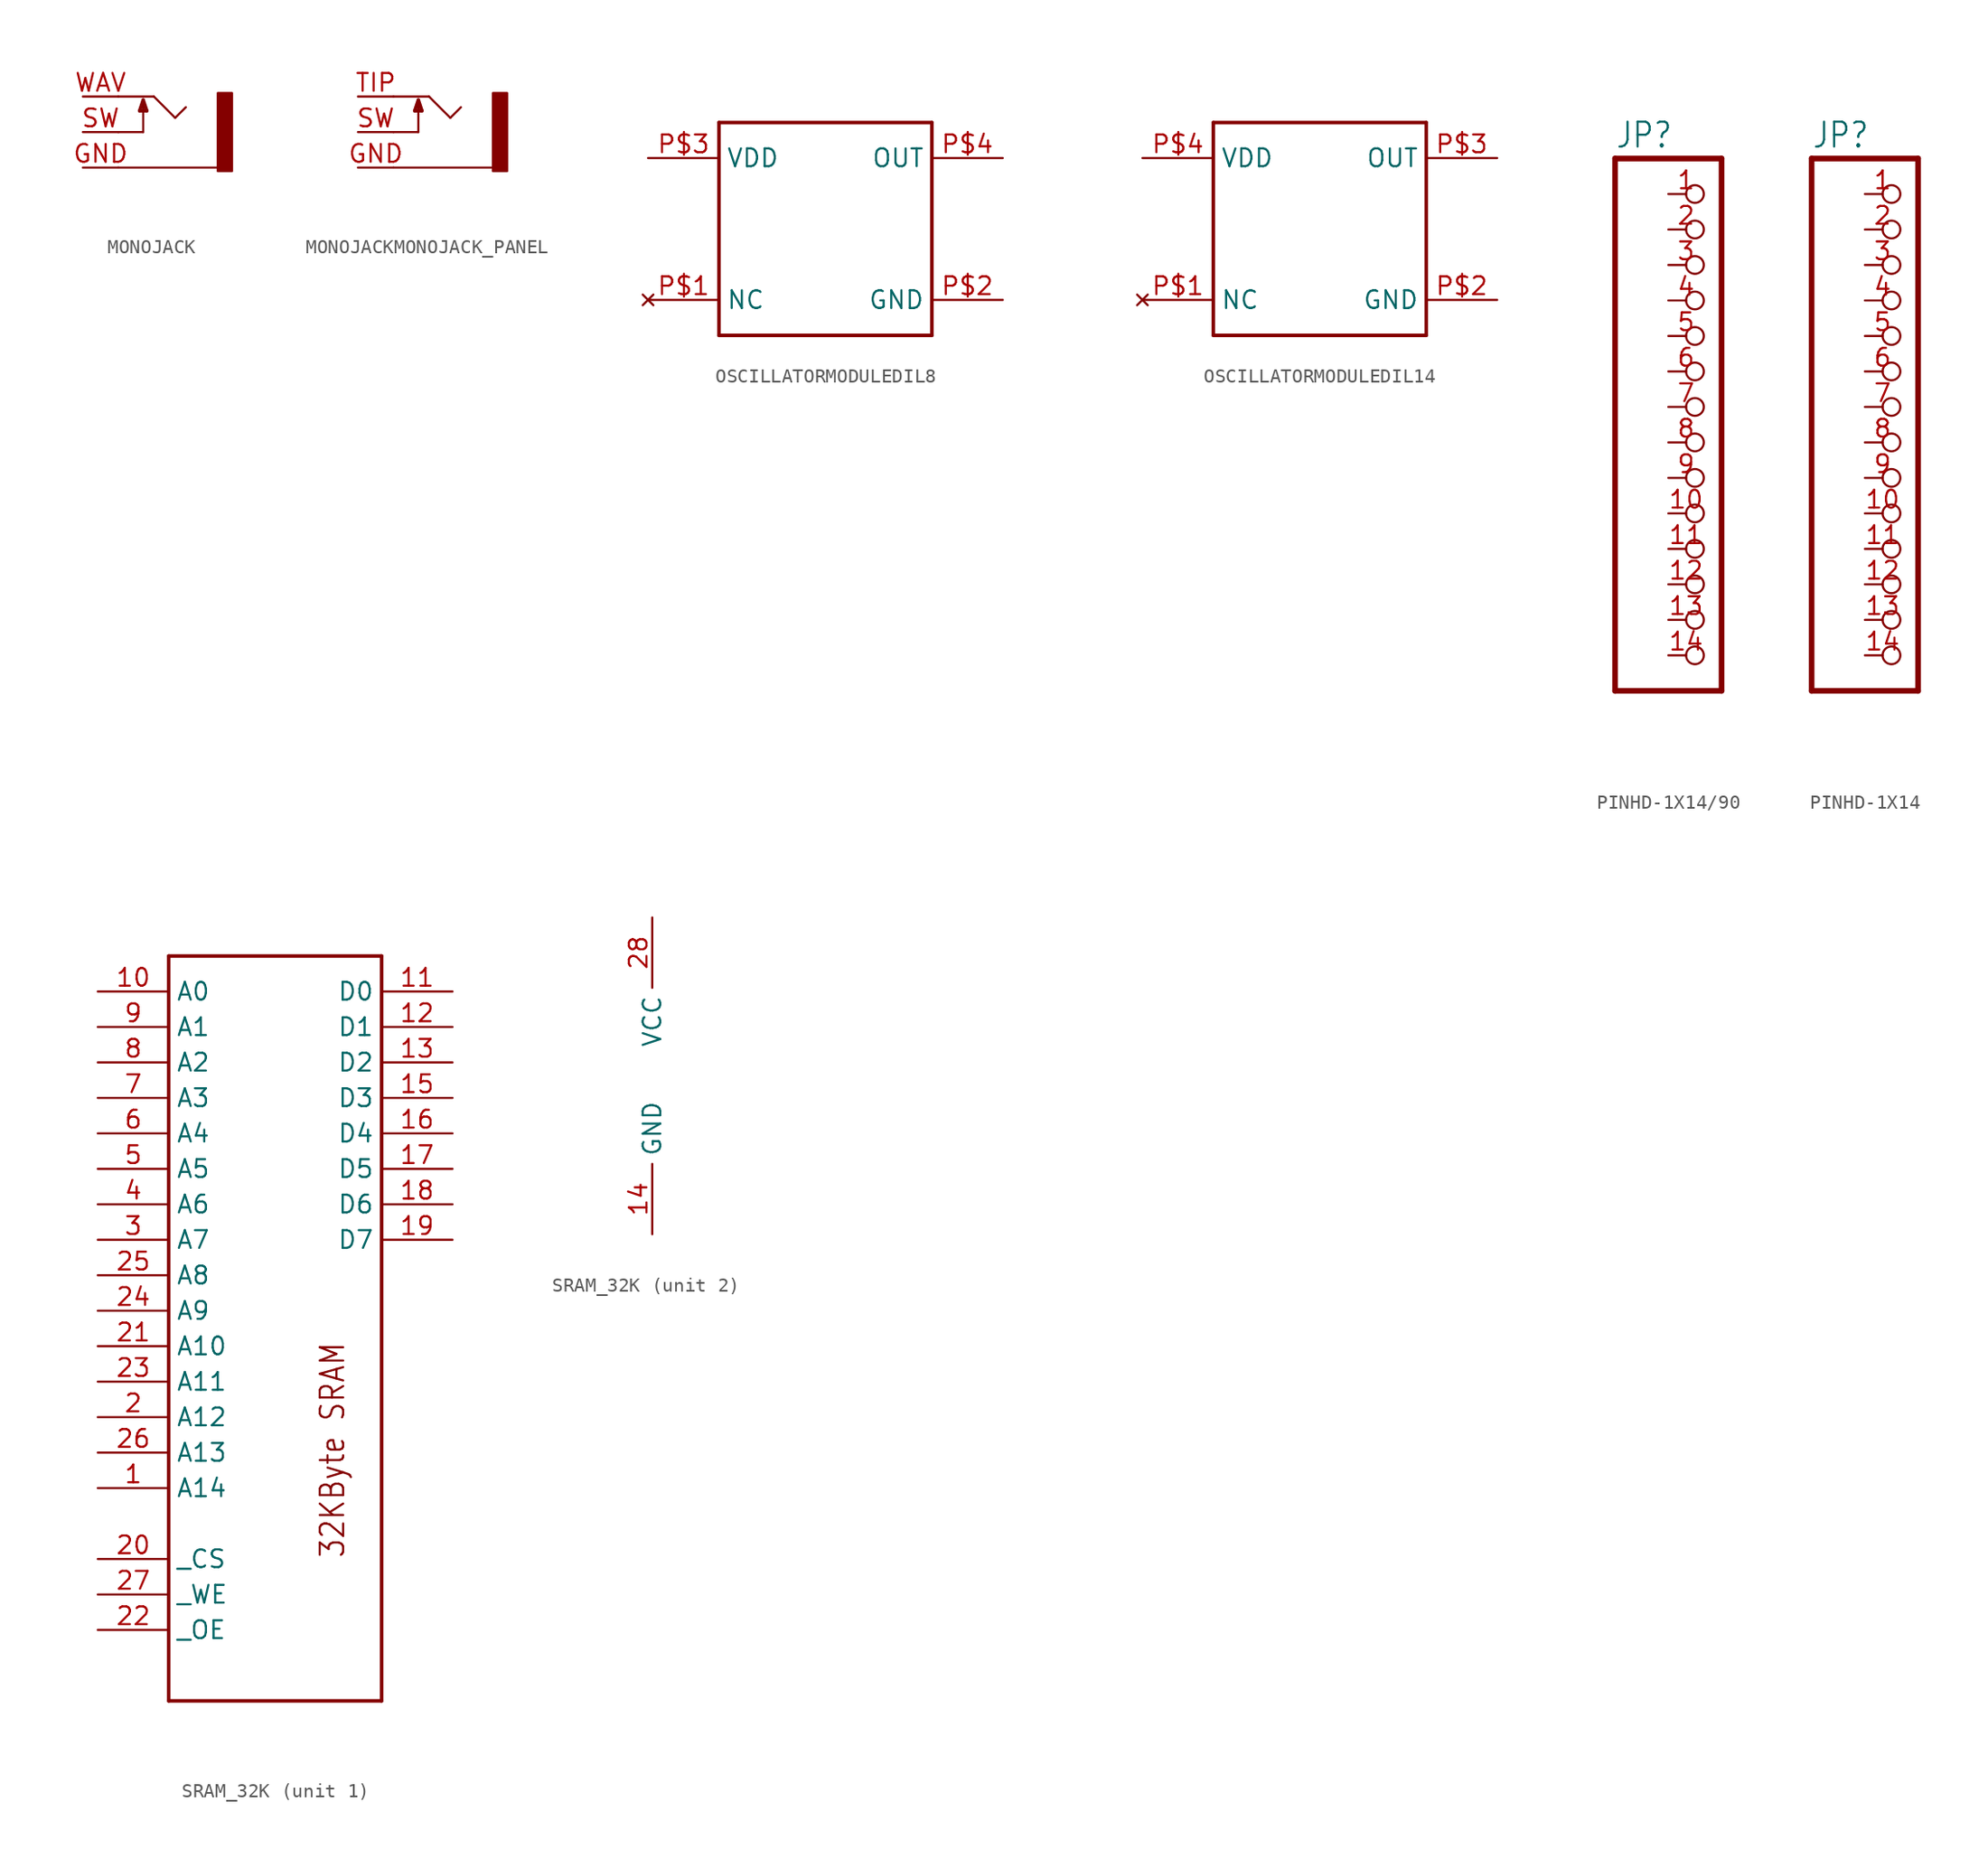
<source format=kicad_sym>
(kicad_symbol_lib
  (version 20220914)
  (generator kicad_symbol_editor)
  (symbol "MONOJACK"
    (property "Reference" ""
      (at -2.54 4.064 0)
      (effects (font (size 1.778 1.511)) (justify left bottom) hide))
    (property "Value" ""
      (at -2.54 -6.096 0)
      (effects (font (size 1.778 1.511)) (justify left bottom)))
    (property "ki_locked" ""
      (at 0 0 0)
      (effects (font (size 1.27 1.27))))
    (symbol "MONOJACK_1_0"
      (polyline (pts (xy -2.54 -2.54) (xy 4.572 -2.54)) (stroke (width 0.152) (type solid)) (fill (type none)))
      (polyline (pts (xy -2.54 0) (xy -0.762 0)) (stroke (width 0.152) (type solid)) (fill (type none)))
      (polyline (pts (xy -2.54 2.54) (xy 0 2.54)) (stroke (width 0.152) (type solid)) (fill (type none)))
      (polyline (pts (xy -1.016 1.524) (xy -0.508 1.524)) (stroke (width 0.254) (type solid)) (fill (type none)))
      (polyline (pts (xy -0.762 0) (xy -0.762 2.286)) (stroke (width 0.152) (type solid)) (fill (type none)))
      (polyline (pts (xy -0.762 2.286) (xy -1.016 1.524)) (stroke (width 0.254) (type solid)) (fill (type none)))
      (polyline (pts (xy -0.508 1.524) (xy -0.762 2.286)) (stroke (width 0.254) (type solid)) (fill (type none)))
      (polyline (pts (xy 0 2.54) (xy 1.524 1.016)) (stroke (width 0.152) (type solid)) (fill (type none)))
      (polyline (pts (xy 1.524 1.016) (xy 2.286 1.778)) (stroke (width 0.152) (type solid)) (fill (type none)))
      (rectangle (start 4.572 2.794) (end 5.588 -2.794) (stroke (width 0) (type default)) (fill (type outline)))
      (pin passive line (at -5.08 -2.54 0) (length 2.54) (name "GND" (effects (font (size 0 0)))) (number "GND" (effects (font (size 1.27 1.27)))))
      (pin bidirectional line (at -5.08 0 0) (length 2.54) (name "SW" (effects (font (size 0 0)))) (number "SW" (effects (font (size 1.27 1.27)))))
      (pin bidirectional line (at -5.08 2.54 0) (length 2.54) (name "WAV" (effects (font (size 0 0)))) (number "WAV" (effects (font (size 1.27 1.27)))))))
  (symbol "MONOJACKMONOJACK_PANEL"
    (property "Reference" ""
      (at -2.54 4.064 0)
      (effects (font (size 1.778 1.511)) (justify left bottom) hide))
    (property "Value" ""
      (at -2.54 -6.096 0)
      (effects (font (size 1.778 1.511)) (justify left bottom)))
    (property "ki_locked" ""
      (at 0 0 0)
      (effects (font (size 1.27 1.27))))
    (symbol "MONOJACKMONOJACK_PANEL_1_0"
      (polyline (pts (xy -2.54 -2.54) (xy 4.572 -2.54)) (stroke (width 0.152) (type solid)) (fill (type none)))
      (polyline (pts (xy -2.54 0) (xy -0.762 0)) (stroke (width 0.152) (type solid)) (fill (type none)))
      (polyline (pts (xy -2.54 2.54) (xy 0 2.54)) (stroke (width 0.152) (type solid)) (fill (type none)))
      (polyline (pts (xy -1.016 1.524) (xy -0.508 1.524)) (stroke (width 0.254) (type solid)) (fill (type none)))
      (polyline (pts (xy -0.762 0) (xy -0.762 2.286)) (stroke (width 0.152) (type solid)) (fill (type none)))
      (polyline (pts (xy -0.762 2.286) (xy -1.016 1.524)) (stroke (width 0.254) (type solid)) (fill (type none)))
      (polyline (pts (xy -0.508 1.524) (xy -0.762 2.286)) (stroke (width 0.254) (type solid)) (fill (type none)))
      (polyline (pts (xy 0 2.54) (xy 1.524 1.016)) (stroke (width 0.152) (type solid)) (fill (type none)))
      (polyline (pts (xy 1.524 1.016) (xy 2.286 1.778)) (stroke (width 0.152) (type solid)) (fill (type none)))
      (rectangle (start 4.572 2.794) (end 5.588 -2.794) (stroke (width 0) (type default)) (fill (type outline)))
      (pin passive line (at -5.08 -2.54 0) (length 2.54) (name "GND" (effects (font (size 0 0)))) (number "GND" (effects (font (size 1.27 1.27)))))
      (pin bidirectional line (at -5.08 0 0) (length 2.54) (name "SW" (effects (font (size 0 0)))) (number "SW" (effects (font (size 1.27 1.27)))))
      (pin bidirectional line (at -5.08 2.54 0) (length 2.54) (name "WAV" (effects (font (size 0 0)))) (number "TIP" (effects (font (size 1.27 1.27)))))))
  (symbol "OSCILLATORMODULEDIL8"
    (property "Reference" ""
      (at -5.08 12.7 0)
      (effects (font (size 1.27 1.079)) (justify left bottom) hide))
    (property "Value" ""
      (at -5.08 10.16 0)
      (effects (font (size 1.27 1.079)) (justify left bottom)))
    (property "ki_locked" ""
      (at 0 0 0)
      (effects (font (size 1.27 1.27))))
    (symbol "OSCILLATORMODULEDIL8_1_0"
      (polyline (pts (xy -7.62 -7.62) (xy 7.62 -7.62)) (stroke (width 0.254) (type solid)) (fill (type none)))
      (polyline (pts (xy -7.62 7.62) (xy -7.62 -7.62)) (stroke (width 0.254) (type solid)) (fill (type none)))
      (polyline (pts (xy 7.62 -7.62) (xy 7.62 7.62)) (stroke (width 0.254) (type solid)) (fill (type none)))
      (polyline (pts (xy 7.62 7.62) (xy -7.62 7.62)) (stroke (width 0.254) (type solid)) (fill (type none)))
      (pin no_connect line (at -12.7 -5.08 0) (length 5.08) (name "NC" (effects (font (size 1.27 1.27)))) (number "P$1" (effects (font (size 1.27 1.27)))))
      (pin power_in line (at 12.7 -5.08 180) (length 5.08) (name "GND" (effects (font (size 1.27 1.27)))) (number "P$2" (effects (font (size 1.27 1.27)))))
      (pin power_in line (at -12.7 5.08 0) (length 5.08) (name "VDD" (effects (font (size 1.27 1.27)))) (number "P$3" (effects (font (size 1.27 1.27)))))
      (pin output line (at 12.7 5.08 180) (length 5.08) (name "OUT" (effects (font (size 1.27 1.27)))) (number "P$4" (effects (font (size 1.27 1.27)))))))
  (symbol "OSCILLATORMODULEDIL14"
    (property "Reference" ""
      (at -5.08 12.7 0)
      (effects (font (size 1.27 1.079)) (justify left bottom) hide))
    (property "Value" ""
      (at -5.08 10.16 0)
      (effects (font (size 1.27 1.079)) (justify left bottom)))
    (property "ki_locked" ""
      (at 0 0 0)
      (effects (font (size 1.27 1.27))))
    (symbol "OSCILLATORMODULEDIL14_1_0"
      (polyline (pts (xy -7.62 -7.62) (xy 7.62 -7.62)) (stroke (width 0.254) (type solid)) (fill (type none)))
      (polyline (pts (xy -7.62 7.62) (xy -7.62 -7.62)) (stroke (width 0.254) (type solid)) (fill (type none)))
      (polyline (pts (xy 7.62 -7.62) (xy 7.62 7.62)) (stroke (width 0.254) (type solid)) (fill (type none)))
      (polyline (pts (xy 7.62 7.62) (xy -7.62 7.62)) (stroke (width 0.254) (type solid)) (fill (type none)))
      (pin no_connect line (at -12.7 -5.08 0) (length 5.08) (name "NC" (effects (font (size 1.27 1.27)))) (number "P$1" (effects (font (size 1.27 1.27)))))
      (pin power_in line (at 12.7 -5.08 180) (length 5.08) (name "GND" (effects (font (size 1.27 1.27)))) (number "P$2" (effects (font (size 1.27 1.27)))))
      (pin output line (at 12.7 5.08 180) (length 5.08) (name "OUT" (effects (font (size 1.27 1.27)))) (number "P$3" (effects (font (size 1.27 1.27)))))
      (pin power_in line (at -12.7 5.08 0) (length 5.08) (name "VDD" (effects (font (size 1.27 1.27)))) (number "P$4" (effects (font (size 1.27 1.27)))))))
  (symbol "PINHD-1X14/90"
    (property "Reference" "JP"
      (at -6.35 18.415 0)
      (effects (font (size 1.778 1.511)) (justify left bottom)))
    (property "Value" ""
      (at -6.35 -22.86 0)
      (effects (font (size 1.778 1.511)) (justify left bottom)))
    (property "ki_locked" ""
      (at 0 0 0)
      (effects (font (size 1.27 1.27))))
    (symbol "PINHD-1X14/90_1_0"
      (polyline (pts (xy -6.35 -20.32) (xy 1.27 -20.32)) (stroke (width 0.406) (type solid)) (fill (type none)))
      (polyline (pts (xy -6.35 17.78) (xy -6.35 -20.32)) (stroke (width 0.406) (type solid)) (fill (type none)))
      (polyline (pts (xy 1.27 -20.32) (xy 1.27 17.78)) (stroke (width 0.406) (type solid)) (fill (type none)))
      (polyline (pts (xy 1.27 17.78) (xy -6.35 17.78)) (stroke (width 0.406) (type solid)) (fill (type none)))
      (pin passive inverted (at -2.54 15.24 0) (length 2.54) (name "1" (effects (font (size 0 0)))) (number "1" (effects (font (size 1.27 1.27)))))
      (pin passive inverted (at -2.54 -7.62 0) (length 2.54) (name "10" (effects (font (size 0 0)))) (number "10" (effects (font (size 1.27 1.27)))))
      (pin passive inverted (at -2.54 -10.16 0) (length 2.54) (name "11" (effects (font (size 0 0)))) (number "11" (effects (font (size 1.27 1.27)))))
      (pin passive inverted (at -2.54 -12.7 0) (length 2.54) (name "12" (effects (font (size 0 0)))) (number "12" (effects (font (size 1.27 1.27)))))
      (pin passive inverted (at -2.54 -15.24 0) (length 2.54) (name "13" (effects (font (size 0 0)))) (number "13" (effects (font (size 1.27 1.27)))))
      (pin passive inverted (at -2.54 -17.78 0) (length 2.54) (name "14" (effects (font (size 0 0)))) (number "14" (effects (font (size 1.27 1.27)))))
      (pin passive inverted (at -2.54 12.7 0) (length 2.54) (name "2" (effects (font (size 0 0)))) (number "2" (effects (font (size 1.27 1.27)))))
      (pin passive inverted (at -2.54 10.16 0) (length 2.54) (name "3" (effects (font (size 0 0)))) (number "3" (effects (font (size 1.27 1.27)))))
      (pin passive inverted (at -2.54 7.62 0) (length 2.54) (name "4" (effects (font (size 0 0)))) (number "4" (effects (font (size 1.27 1.27)))))
      (pin passive inverted (at -2.54 5.08 0) (length 2.54) (name "5" (effects (font (size 0 0)))) (number "5" (effects (font (size 1.27 1.27)))))
      (pin passive inverted (at -2.54 2.54 0) (length 2.54) (name "6" (effects (font (size 0 0)))) (number "6" (effects (font (size 1.27 1.27)))))
      (pin passive inverted (at -2.54 0 0) (length 2.54) (name "7" (effects (font (size 0 0)))) (number "7" (effects (font (size 1.27 1.27)))))
      (pin passive inverted (at -2.54 -2.54 0) (length 2.54) (name "8" (effects (font (size 0 0)))) (number "8" (effects (font (size 1.27 1.27)))))
      (pin passive inverted (at -2.54 -5.08 0) (length 2.54) (name "9" (effects (font (size 0 0)))) (number "9" (effects (font (size 1.27 1.27)))))))
  (symbol "PINHD-1X14"
    (property "Reference" "JP"
      (at -6.35 18.415 0)
      (effects (font (size 1.778 1.511)) (justify left bottom)))
    (property "Value" ""
      (at -6.35 -22.86 0)
      (effects (font (size 1.778 1.511)) (justify left bottom)))
    (property "ki_locked" ""
      (at 0 0 0)
      (effects (font (size 1.27 1.27))))
    (symbol "PINHD-1X14_1_0"
      (polyline (pts (xy -6.35 -20.32) (xy 1.27 -20.32)) (stroke (width 0.406) (type solid)) (fill (type none)))
      (polyline (pts (xy -6.35 17.78) (xy -6.35 -20.32)) (stroke (width 0.406) (type solid)) (fill (type none)))
      (polyline (pts (xy 1.27 -20.32) (xy 1.27 17.78)) (stroke (width 0.406) (type solid)) (fill (type none)))
      (polyline (pts (xy 1.27 17.78) (xy -6.35 17.78)) (stroke (width 0.406) (type solid)) (fill (type none)))
      (pin passive inverted (at -2.54 15.24 0) (length 2.54) (name "1" (effects (font (size 0 0)))) (number "1" (effects (font (size 1.27 1.27)))))
      (pin passive inverted (at -2.54 -7.62 0) (length 2.54) (name "10" (effects (font (size 0 0)))) (number "10" (effects (font (size 1.27 1.27)))))
      (pin passive inverted (at -2.54 -10.16 0) (length 2.54) (name "11" (effects (font (size 0 0)))) (number "11" (effects (font (size 1.27 1.27)))))
      (pin passive inverted (at -2.54 -12.7 0) (length 2.54) (name "12" (effects (font (size 0 0)))) (number "12" (effects (font (size 1.27 1.27)))))
      (pin passive inverted (at -2.54 -15.24 0) (length 2.54) (name "13" (effects (font (size 0 0)))) (number "13" (effects (font (size 1.27 1.27)))))
      (pin passive inverted (at -2.54 -17.78 0) (length 2.54) (name "14" (effects (font (size 0 0)))) (number "14" (effects (font (size 1.27 1.27)))))
      (pin passive inverted (at -2.54 12.7 0) (length 2.54) (name "2" (effects (font (size 0 0)))) (number "2" (effects (font (size 1.27 1.27)))))
      (pin passive inverted (at -2.54 10.16 0) (length 2.54) (name "3" (effects (font (size 0 0)))) (number "3" (effects (font (size 1.27 1.27)))))
      (pin passive inverted (at -2.54 7.62 0) (length 2.54) (name "4" (effects (font (size 0 0)))) (number "4" (effects (font (size 1.27 1.27)))))
      (pin passive inverted (at -2.54 5.08 0) (length 2.54) (name "5" (effects (font (size 0 0)))) (number "5" (effects (font (size 1.27 1.27)))))
      (pin passive inverted (at -2.54 2.54 0) (length 2.54) (name "6" (effects (font (size 0 0)))) (number "6" (effects (font (size 1.27 1.27)))))
      (pin passive inverted (at -2.54 0 0) (length 2.54) (name "7" (effects (font (size 0 0)))) (number "7" (effects (font (size 1.27 1.27)))))
      (pin passive inverted (at -2.54 -2.54 0) (length 2.54) (name "8" (effects (font (size 0 0)))) (number "8" (effects (font (size 1.27 1.27)))))
      (pin passive inverted (at -2.54 -5.08 0) (length 2.54) (name "9" (effects (font (size 0 0)))) (number "9" (effects (font (size 1.27 1.27)))))))
  (symbol "SRAM_32K"
    (property "Reference" ""
      (at 0 0 0)
      (effects (font (size 1.27 1.27)) hide))
    (property "ki_locked" ""
      (at 0 0 0)
      (effects (font (size 1.27 1.27))))
    (symbol "SRAM_32K_1_0"
      (polyline (pts (xy -7.62 -27.94) (xy -7.62 25.4)) (stroke (width 0.254) (type solid)) (fill (type none)))
      (polyline (pts (xy -7.62 25.4) (xy 7.62 25.4)) (stroke (width 0.254) (type solid)) (fill (type none)))
      (polyline (pts (xy 7.62 -27.94) (xy -7.62 -27.94)) (stroke (width 0.254) (type solid)) (fill (type none)))
      (polyline (pts (xy 7.62 25.4) (xy 7.62 -27.94)) (stroke (width 0.254) (type solid)) (fill (type none)))
      (text "32KByte SRAM" (at 5.08 -17.78 900) (effects (font (size 1.676 1.425)) (justify left bottom)))
      (pin bidirectional line (at -12.7 -12.7 0) (length 5.08) (name "A14" (effects (font (size 1.27 1.27)))) (number "1" (effects (font (size 1.27 1.27)))))
      (pin bidirectional line (at -12.7 22.86 0) (length 5.08) (name "A0" (effects (font (size 1.27 1.27)))) (number "10" (effects (font (size 1.27 1.27)))))
      (pin bidirectional line (at 12.7 22.86 180) (length 5.08) (name "D0" (effects (font (size 1.27 1.27)))) (number "11" (effects (font (size 1.27 1.27)))))
      (pin bidirectional line (at 12.7 20.32 180) (length 5.08) (name "D1" (effects (font (size 1.27 1.27)))) (number "12" (effects (font (size 1.27 1.27)))))
      (pin bidirectional line (at 12.7 17.78 180) (length 5.08) (name "D2" (effects (font (size 1.27 1.27)))) (number "13" (effects (font (size 1.27 1.27)))))
      (pin bidirectional line (at 12.7 15.24 180) (length 5.08) (name "D3" (effects (font (size 1.27 1.27)))) (number "15" (effects (font (size 1.27 1.27)))))
      (pin bidirectional line (at 12.7 12.7 180) (length 5.08) (name "D4" (effects (font (size 1.27 1.27)))) (number "16" (effects (font (size 1.27 1.27)))))
      (pin bidirectional line (at 12.7 10.16 180) (length 5.08) (name "D5" (effects (font (size 1.27 1.27)))) (number "17" (effects (font (size 1.27 1.27)))))
      (pin bidirectional line (at 12.7 7.62 180) (length 5.08) (name "D6" (effects (font (size 1.27 1.27)))) (number "18" (effects (font (size 1.27 1.27)))))
      (pin bidirectional line (at 12.7 5.08 180) (length 5.08) (name "D7" (effects (font (size 1.27 1.27)))) (number "19" (effects (font (size 1.27 1.27)))))
      (pin bidirectional line (at -12.7 -7.62 0) (length 5.08) (name "A12" (effects (font (size 1.27 1.27)))) (number "2" (effects (font (size 1.27 1.27)))))
      (pin bidirectional line (at -12.7 -17.78 0) (length 5.08) (name "_CS" (effects (font (size 1.27 1.27)))) (number "20" (effects (font (size 1.27 1.27)))))
      (pin bidirectional line (at -12.7 -2.54 0) (length 5.08) (name "A10" (effects (font (size 1.27 1.27)))) (number "21" (effects (font (size 1.27 1.27)))))
      (pin bidirectional line (at -12.7 -22.86 0) (length 5.08) (name "_OE" (effects (font (size 1.27 1.27)))) (number "22" (effects (font (size 1.27 1.27)))))
      (pin bidirectional line (at -12.7 -5.08 0) (length 5.08) (name "A11" (effects (font (size 1.27 1.27)))) (number "23" (effects (font (size 1.27 1.27)))))
      (pin bidirectional line (at -12.7 0 0) (length 5.08) (name "A9" (effects (font (size 1.27 1.27)))) (number "24" (effects (font (size 1.27 1.27)))))
      (pin bidirectional line (at -12.7 2.54 0) (length 5.08) (name "A8" (effects (font (size 1.27 1.27)))) (number "25" (effects (font (size 1.27 1.27)))))
      (pin bidirectional line (at -12.7 -10.16 0) (length 5.08) (name "A13" (effects (font (size 1.27 1.27)))) (number "26" (effects (font (size 1.27 1.27)))))
      (pin bidirectional line (at -12.7 -20.32 0) (length 5.08) (name "_WE" (effects (font (size 1.27 1.27)))) (number "27" (effects (font (size 1.27 1.27)))))
      (pin bidirectional line (at -12.7 5.08 0) (length 5.08) (name "A7" (effects (font (size 1.27 1.27)))) (number "3" (effects (font (size 1.27 1.27)))))
      (pin bidirectional line (at -12.7 7.62 0) (length 5.08) (name "A6" (effects (font (size 1.27 1.27)))) (number "4" (effects (font (size 1.27 1.27)))))
      (pin bidirectional line (at -12.7 10.16 0) (length 5.08) (name "A5" (effects (font (size 1.27 1.27)))) (number "5" (effects (font (size 1.27 1.27)))))
      (pin bidirectional line (at -12.7 12.7 0) (length 5.08) (name "A4" (effects (font (size 1.27 1.27)))) (number "6" (effects (font (size 1.27 1.27)))))
      (pin bidirectional line (at -12.7 15.24 0) (length 5.08) (name "A3" (effects (font (size 1.27 1.27)))) (number "7" (effects (font (size 1.27 1.27)))))
      (pin bidirectional line (at -12.7 17.78 0) (length 5.08) (name "A2" (effects (font (size 1.27 1.27)))) (number "8" (effects (font (size 1.27 1.27)))))
      (pin bidirectional line (at -12.7 20.32 0) (length 5.08) (name "A1" (effects (font (size 1.27 1.27)))) (number "9" (effects (font (size 1.27 1.27))))))
    (symbol "SRAM_32K_2_0"
      (pin power_in line (at 0 -10.16 90) (length 5.08) (name "GND" (effects (font (size 1.27 1.27)))) (number "14" (effects (font (size 1.27 1.27)))))
      (pin power_in line (at 0 12.7 270) (length 5.08) (name "VCC" (effects (font (size 1.27 1.27)))) (number "28" (effects (font (size 1.27 1.27))))))))
</source>
